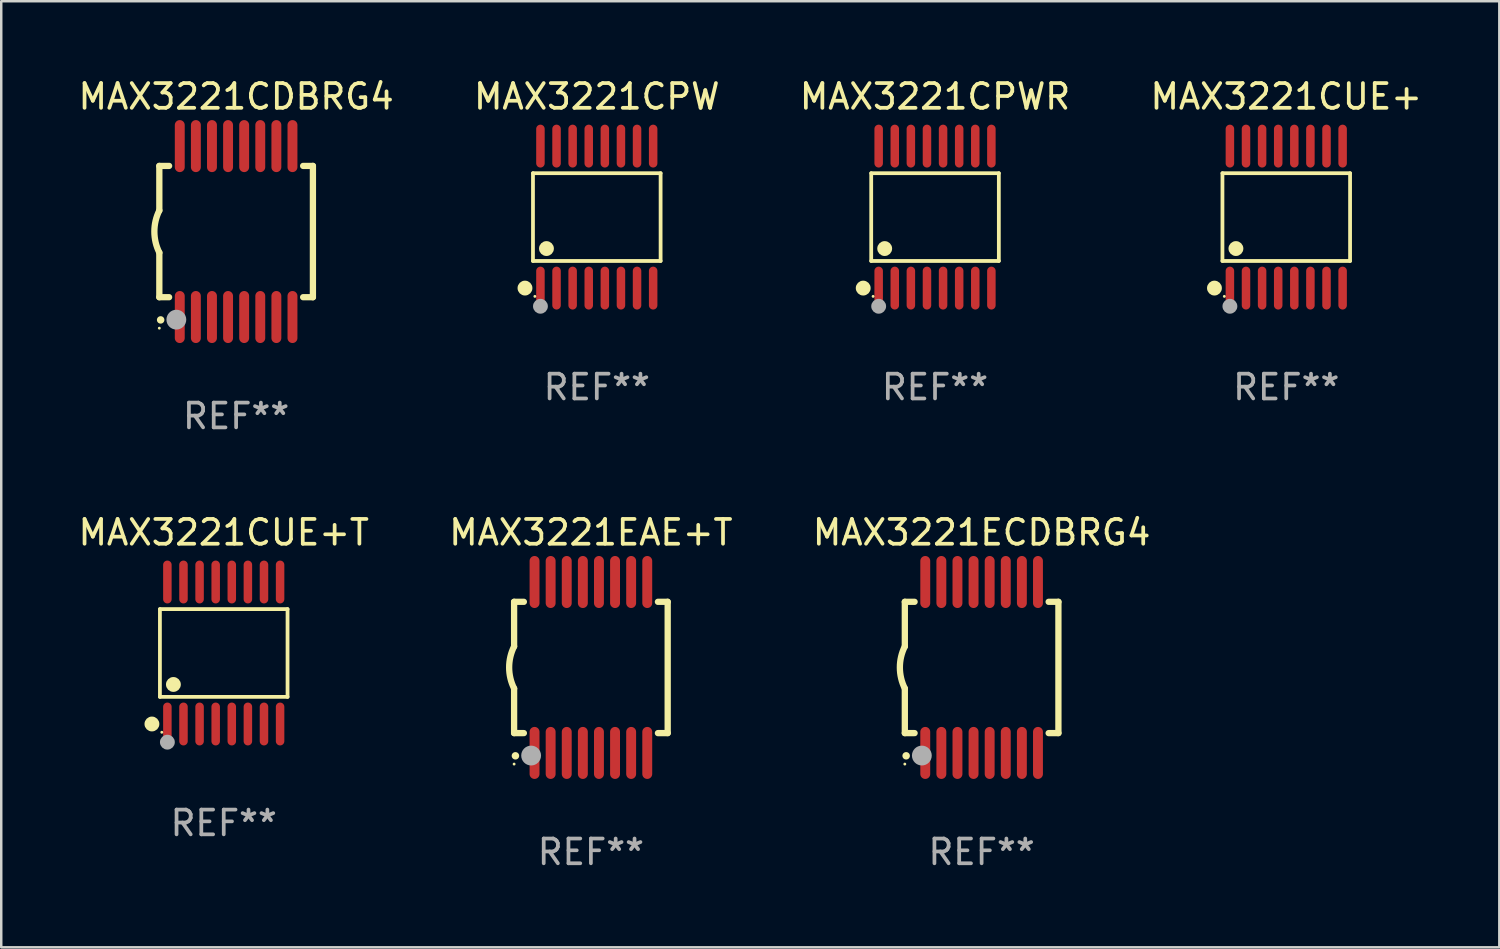
<source format=kicad_pcb>
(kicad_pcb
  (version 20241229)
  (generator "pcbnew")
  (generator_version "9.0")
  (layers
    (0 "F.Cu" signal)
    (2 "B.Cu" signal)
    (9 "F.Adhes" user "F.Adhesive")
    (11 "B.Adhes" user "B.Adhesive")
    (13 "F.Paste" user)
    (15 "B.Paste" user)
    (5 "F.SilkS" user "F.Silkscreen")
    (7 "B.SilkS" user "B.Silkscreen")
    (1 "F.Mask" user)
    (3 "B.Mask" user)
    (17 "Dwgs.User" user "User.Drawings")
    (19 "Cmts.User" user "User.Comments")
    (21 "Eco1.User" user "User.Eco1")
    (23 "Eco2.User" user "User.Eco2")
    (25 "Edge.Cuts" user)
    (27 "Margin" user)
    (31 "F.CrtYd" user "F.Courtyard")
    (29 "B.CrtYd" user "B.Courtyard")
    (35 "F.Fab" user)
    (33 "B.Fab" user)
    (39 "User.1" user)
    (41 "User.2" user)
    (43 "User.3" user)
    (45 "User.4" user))
  (footprint "MAX3221CPWR"
    (layer "F.Cu")
    (at 34.696 5.714)
    (property "Reference" "MAX3221CPWR" (at 0 -4.866 0) (layer "F.SilkS") (effects (font (size 1 1) (thickness 0.15))))
    (attr through_hole)
    (fp_line (start -2.576 -1.772) (end 2.576 -1.772) (stroke (width 0.152) (type solid)) (layer "F.SilkS"))
    (fp_line (start -2.576 1.771) (end -2.576 -1.772) (stroke (width 0.152) (type solid)) (layer "F.SilkS"))
    (fp_line (start 2.576 -1.772) (end 2.576 1.771) (stroke (width 0.152) (type solid)) (layer "F.SilkS"))
    (fp_line (start 2.576 1.771) (end -2.576 1.771) (stroke (width 0.152) (type solid)) (layer "F.SilkS"))
    (fp_circle (center -2.899 2.866) (end -2.749 2.866) (stroke (width 0.3) (type solid)) (fill no) (layer "F.SilkS"))
    (fp_circle (center -2.5 3.2) (end -2.47 3.2) (stroke (width 0.06) (type solid)) (fill no) (layer "F.SilkS"))
    (fp_circle (center -2.032 1.27) (end -1.882 1.27) (stroke (width 0.3) (type solid)) (fill no) (layer "F.SilkS"))
    (fp_circle (center -2.275 3.6) (end -2.125 3.6) (stroke (width 0.3) (type solid)) (fill no) (layer "F.Fab"))
    (fp_text user "REF**" (at 0 6.866 0) (layer "F.Fab") (effects (font (size 1 1) (thickness 0.15))))
    (pad "1" smd oval (at -2.275 2.866) (size 0.343 1.731) (layers "F.Cu" "F.Mask" "F.Paste"))
    (pad "2" smd oval (at -1.625 2.866) (size 0.343 1.731) (layers "F.Cu" "F.Mask" "F.Paste"))
    (pad "3" smd oval (at -0.975 2.866) (size 0.343 1.731) (layers "F.Cu" "F.Mask" "F.Paste"))
    (pad "4" smd oval (at -0.325 2.866) (size 0.343 1.731) (layers "F.Cu" "F.Mask" "F.Paste"))
    (pad "5" smd oval (at 0.325 2.866) (size 0.343 1.731) (layers "F.Cu" "F.Mask" "F.Paste"))
    (pad "6" smd oval (at 0.975 2.866) (size 0.343 1.731) (layers "F.Cu" "F.Mask" "F.Paste"))
    (pad "7" smd oval (at 1.625 2.866) (size 0.343 1.731) (layers "F.Cu" "F.Mask" "F.Paste"))
    (pad "8" smd oval (at 2.275 2.866) (size 0.343 1.731) (layers "F.Cu" "F.Mask" "F.Paste"))
    (pad "9" smd oval (at 2.275 -2.866) (size 0.343 1.731) (layers "F.Cu" "F.Mask" "F.Paste"))
    (pad "10" smd oval (at 1.625 -2.866) (size 0.343 1.731) (layers "F.Cu" "F.Mask" "F.Paste"))
    (pad "11" smd oval (at 0.975 -2.866) (size 0.343 1.731) (layers "F.Cu" "F.Mask" "F.Paste"))
    (pad "12" smd oval (at 0.325 -2.866) (size 0.343 1.731) (layers "F.Cu" "F.Mask" "F.Paste"))
    (pad "13" smd oval (at -0.325 -2.866) (size 0.343 1.731) (layers "F.Cu" "F.Mask" "F.Paste"))
    (pad "14" smd oval (at -0.975 -2.866) (size 0.343 1.731) (layers "F.Cu" "F.Mask" "F.Paste"))
    (pad "15" smd oval (at -1.625 -2.866) (size 0.343 1.731) (layers "F.Cu" "F.Mask" "F.Paste"))
    (pad "16" smd oval (at -2.275 -2.866) (size 0.343 1.731) (layers "F.Cu" "F.Mask" "F.Paste")))
  (footprint "MAX3221CPW"
    (layer "F.Cu")
    (at 21.042 5.714)
    (property "Reference" "MAX3221CPW" (at 0 -4.866 0) (layer "F.SilkS") (effects (font (size 1 1) (thickness 0.15))))
    (attr through_hole)
    (fp_line (start -2.576 -1.772) (end 2.576 -1.772) (stroke (width 0.152) (type solid)) (layer "F.SilkS"))
    (fp_line (start -2.576 1.771) (end -2.576 -1.772) (stroke (width 0.152) (type solid)) (layer "F.SilkS"))
    (fp_line (start 2.576 -1.772) (end 2.576 1.771) (stroke (width 0.152) (type solid)) (layer "F.SilkS"))
    (fp_line (start 2.576 1.771) (end -2.576 1.771) (stroke (width 0.152) (type solid)) (layer "F.SilkS"))
    (fp_circle (center -2.899 2.866) (end -2.749 2.866) (stroke (width 0.3) (type solid)) (fill no) (layer "F.SilkS"))
    (fp_circle (center -2.5 3.2) (end -2.47 3.2) (stroke (width 0.06) (type solid)) (fill no) (layer "F.SilkS"))
    (fp_circle (center -2.032 1.27) (end -1.882 1.27) (stroke (width 0.3) (type solid)) (fill no) (layer "F.SilkS"))
    (fp_circle (center -2.275 3.6) (end -2.125 3.6) (stroke (width 0.3) (type solid)) (fill no) (layer "F.Fab"))
    (fp_text user "REF**" (at 0 6.866 0) (layer "F.Fab") (effects (font (size 1 1) (thickness 0.15))))
    (pad "1" smd oval (at -2.275 2.866) (size 0.343 1.731) (layers "F.Cu" "F.Mask" "F.Paste"))
    (pad "2" smd oval (at -1.625 2.866) (size 0.343 1.731) (layers "F.Cu" "F.Mask" "F.Paste"))
    (pad "3" smd oval (at -0.975 2.866) (size 0.343 1.731) (layers "F.Cu" "F.Mask" "F.Paste"))
    (pad "4" smd oval (at -0.325 2.866) (size 0.343 1.731) (layers "F.Cu" "F.Mask" "F.Paste"))
    (pad "5" smd oval (at 0.325 2.866) (size 0.343 1.731) (layers "F.Cu" "F.Mask" "F.Paste"))
    (pad "6" smd oval (at 0.975 2.866) (size 0.343 1.731) (layers "F.Cu" "F.Mask" "F.Paste"))
    (pad "7" smd oval (at 1.625 2.866) (size 0.343 1.731) (layers "F.Cu" "F.Mask" "F.Paste"))
    (pad "8" smd oval (at 2.275 2.866) (size 0.343 1.731) (layers "F.Cu" "F.Mask" "F.Paste"))
    (pad "9" smd oval (at 2.275 -2.866) (size 0.343 1.731) (layers "F.Cu" "F.Mask" "F.Paste"))
    (pad "10" smd oval (at 1.625 -2.866) (size 0.343 1.731) (layers "F.Cu" "F.Mask" "F.Paste"))
    (pad "11" smd oval (at 0.975 -2.866) (size 0.343 1.731) (layers "F.Cu" "F.Mask" "F.Paste"))
    (pad "12" smd oval (at 0.325 -2.866) (size 0.343 1.731) (layers "F.Cu" "F.Mask" "F.Paste"))
    (pad "13" smd oval (at -0.325 -2.866) (size 0.343 1.731) (layers "F.Cu" "F.Mask" "F.Paste"))
    (pad "14" smd oval (at -0.975 -2.866) (size 0.343 1.731) (layers "F.Cu" "F.Mask" "F.Paste"))
    (pad "15" smd oval (at -1.625 -2.866) (size 0.343 1.731) (layers "F.Cu" "F.Mask" "F.Paste"))
    (pad "16" smd oval (at -2.275 -2.866) (size 0.343 1.731) (layers "F.Cu" "F.Mask" "F.Paste")))
  (footprint "MAX3221CDBRG4"
    (layer "F.Cu")
    (at 6.482 6.298)
    (property "Reference" "MAX3221CDBRG4" (at 0 -5.45 0) (layer "F.SilkS") (effects (font (size 1 1) (thickness 0.15))))
    (attr through_hole)
    (fp_line (start -3.1 -2.65) (end -3.1 -0.85) (stroke (width 0.254) (type solid)) (layer "F.SilkS"))
    (fp_line (start -3.1 -2.65) (end -2.706 -2.65) (stroke (width 0.254) (type solid)) (layer "F.SilkS"))
    (fp_line (start -3.1 2.65) (end -3.1 0.85) (stroke (width 0.254) (type solid)) (layer "F.SilkS"))
    (fp_line (start -3.1 2.65) (end -2.706 2.65) (stroke (width 0.254) (type solid)) (layer "F.SilkS"))
    (fp_line (start 2.706 -2.65) (end 3.1 -2.65) (stroke (width 0.254) (type solid)) (layer "F.SilkS"))
    (fp_line (start 2.706 2.65) (end 3.1 2.65) (stroke (width 0.254) (type solid)) (layer "F.SilkS"))
    (fp_line (start 3.1 -2.65) (end 3.1 2.65) (stroke (width 0.254) (type solid)) (layer "F.SilkS"))
    (fp_arc (start -3.098907 0.850902) (mid -3.300057 0.000523) (end -3.1 -0.850114) (stroke (width 0.254001) (type solid)) (layer "F.SilkS"))
    (fp_arc (start -3.048006 3.566066) (mid -3.046736 3.566061) (end -3.045466 3.566066) (stroke (width 0.3) (type solid)) (layer "F.SilkS"))
    (fp_circle (center -3.1 3.9) (end -3.07 3.9) (stroke (width 0.06) (type solid)) (fill no) (layer "F.SilkS"))
    (fp_circle (center -2.413 3.556) (end -2.213 3.556) (stroke (width 0.4) (type solid)) (fill no) (layer "F.Fab"))
    (fp_text user "REF**" (at 0 7.45 0) (layer "F.Fab") (effects (font (size 1 1) (thickness 0.15))))
    (pad "1" smd oval (at -2.275 3.45 180) (size 0.4 2.1) (layers "F.Cu" "F.Mask" "F.Paste"))
    (pad "2" smd oval (at -1.625 3.45 180) (size 0.4 2.1) (layers "F.Cu" "F.Mask" "F.Paste"))
    (pad "3" smd oval (at -0.975 3.45 180) (size 0.4 2.1) (layers "F.Cu" "F.Mask" "F.Paste"))
    (pad "4" smd oval (at -0.325 3.45 180) (size 0.4 2.1) (layers "F.Cu" "F.Mask" "F.Paste"))
    (pad "5" smd oval (at 0.325 3.45 180) (size 0.4 2.1) (layers "F.Cu" "F.Mask" "F.Paste"))
    (pad "6" smd oval (at 0.975 3.45 180) (size 0.4 2.1) (layers "F.Cu" "F.Mask" "F.Paste"))
    (pad "7" smd oval (at 1.625 3.45 180) (size 0.4 2.1) (layers "F.Cu" "F.Mask" "F.Paste"))
    (pad "8" smd oval (at 2.275 3.45 180) (size 0.4 2.1) (layers "F.Cu" "F.Mask" "F.Paste"))
    (pad "9" smd oval (at 2.275 -3.45 180) (size 0.4 2.1) (layers "F.Cu" "F.Mask" "F.Paste"))
    (pad "10" smd oval (at 1.625 -3.45 180) (size 0.4 2.1) (layers "F.Cu" "F.Mask" "F.Paste"))
    (pad "11" smd oval (at 0.975 -3.45 180) (size 0.4 2.1) (layers "F.Cu" "F.Mask" "F.Paste"))
    (pad "12" smd oval (at 0.325 -3.45 180) (size 0.4 2.1) (layers "F.Cu" "F.Mask" "F.Paste"))
    (pad "13" smd oval (at -0.325 -3.45 180) (size 0.4 2.1) (layers "F.Cu" "F.Mask" "F.Paste"))
    (pad "14" smd oval (at -0.975 -3.45 180) (size 0.4 2.1) (layers "F.Cu" "F.Mask" "F.Paste"))
    (pad "15" smd oval (at -1.625 -3.45 180) (size 0.4 2.1) (layers "F.Cu" "F.Mask" "F.Paste"))
    (pad "16" smd oval (at -2.275 -3.45 180) (size 0.4 2.1) (layers "F.Cu" "F.Mask" "F.Paste")))
  (footprint "MAX3221EAE+T"
    (layer "F.Cu")
    (at 20.804 23.895)
    (property "Reference" "MAX3221EAE+T" (at 0 -5.45 0) (layer "F.SilkS") (effects (font (size 1 1) (thickness 0.15))))
    (attr through_hole)
    (fp_line (start -3.1 -2.65) (end -3.1 -0.85) (stroke (width 0.254) (type solid)) (layer "F.SilkS"))
    (fp_line (start -3.1 -2.65) (end -2.706 -2.65) (stroke (width 0.254) (type solid)) (layer "F.SilkS"))
    (fp_line (start -3.1 2.65) (end -3.1 0.85) (stroke (width 0.254) (type solid)) (layer "F.SilkS"))
    (fp_line (start -3.1 2.65) (end -2.706 2.65) (stroke (width 0.254) (type solid)) (layer "F.SilkS"))
    (fp_line (start 2.706 -2.65) (end 3.1 -2.65) (stroke (width 0.254) (type solid)) (layer "F.SilkS"))
    (fp_line (start 2.706 2.65) (end 3.1 2.65) (stroke (width 0.254) (type solid)) (layer "F.SilkS"))
    (fp_line (start 3.1 -2.65) (end 3.1 2.65) (stroke (width 0.254) (type solid)) (layer "F.SilkS"))
    (fp_arc (start -3.098907 0.850902) (mid -3.300057 0.000523) (end -3.1 -0.850114) (stroke (width 0.254001) (type solid)) (layer "F.SilkS"))
    (fp_arc (start -3.048006 3.566066) (mid -3.046736 3.566061) (end -3.045466 3.566066) (stroke (width 0.3) (type solid)) (layer "F.SilkS"))
    (fp_circle (center -3.1 3.9) (end -3.07 3.9) (stroke (width 0.06) (type solid)) (fill no) (layer "F.SilkS"))
    (fp_circle (center -2.413 3.556) (end -2.213 3.556) (stroke (width 0.4) (type solid)) (fill no) (layer "F.Fab"))
    (fp_text user "REF**" (at 0 7.45 0) (layer "F.Fab") (effects (font (size 1 1) (thickness 0.15))))
    (pad "1" smd oval (at -2.275 3.45 180) (size 0.4 2.1) (layers "F.Cu" "F.Mask" "F.Paste"))
    (pad "2" smd oval (at -1.625 3.45 180) (size 0.4 2.1) (layers "F.Cu" "F.Mask" "F.Paste"))
    (pad "3" smd oval (at -0.975 3.45 180) (size 0.4 2.1) (layers "F.Cu" "F.Mask" "F.Paste"))
    (pad "4" smd oval (at -0.325 3.45 180) (size 0.4 2.1) (layers "F.Cu" "F.Mask" "F.Paste"))
    (pad "5" smd oval (at 0.325 3.45 180) (size 0.4 2.1) (layers "F.Cu" "F.Mask" "F.Paste"))
    (pad "6" smd oval (at 0.975 3.45 180) (size 0.4 2.1) (layers "F.Cu" "F.Mask" "F.Paste"))
    (pad "7" smd oval (at 1.625 3.45 180) (size 0.4 2.1) (layers "F.Cu" "F.Mask" "F.Paste"))
    (pad "8" smd oval (at 2.275 3.45 180) (size 0.4 2.1) (layers "F.Cu" "F.Mask" "F.Paste"))
    (pad "9" smd oval (at 2.275 -3.45 180) (size 0.4 2.1) (layers "F.Cu" "F.Mask" "F.Paste"))
    (pad "10" smd oval (at 1.625 -3.45 180) (size 0.4 2.1) (layers "F.Cu" "F.Mask" "F.Paste"))
    (pad "11" smd oval (at 0.975 -3.45 180) (size 0.4 2.1) (layers "F.Cu" "F.Mask" "F.Paste"))
    (pad "12" smd oval (at 0.325 -3.45 180) (size 0.4 2.1) (layers "F.Cu" "F.Mask" "F.Paste"))
    (pad "13" smd oval (at -0.325 -3.45 180) (size 0.4 2.1) (layers "F.Cu" "F.Mask" "F.Paste"))
    (pad "14" smd oval (at -0.975 -3.45 180) (size 0.4 2.1) (layers "F.Cu" "F.Mask" "F.Paste"))
    (pad "15" smd oval (at -1.625 -3.45 180) (size 0.4 2.1) (layers "F.Cu" "F.Mask" "F.Paste"))
    (pad "16" smd oval (at -2.275 -3.45 180) (size 0.4 2.1) (layers "F.Cu" "F.Mask" "F.Paste")))
  (footprint "MAX3221ECDBRG4"
    (layer "F.Cu")
    (at 36.577 23.895)
    (property "Reference" "MAX3221ECDBRG4" (at 0 -5.45 0) (layer "F.SilkS") (effects (font (size 1 1) (thickness 0.15))))
    (attr through_hole)
    (fp_line (start -3.1 -2.65) (end -3.1 -0.85) (stroke (width 0.254) (type solid)) (layer "F.SilkS"))
    (fp_line (start -3.1 -2.65) (end -2.706 -2.65) (stroke (width 0.254) (type solid)) (layer "F.SilkS"))
    (fp_line (start -3.1 2.65) (end -3.1 0.85) (stroke (width 0.254) (type solid)) (layer "F.SilkS"))
    (fp_line (start -3.1 2.65) (end -2.706 2.65) (stroke (width 0.254) (type solid)) (layer "F.SilkS"))
    (fp_line (start 2.706 -2.65) (end 3.1 -2.65) (stroke (width 0.254) (type solid)) (layer "F.SilkS"))
    (fp_line (start 2.706 2.65) (end 3.1 2.65) (stroke (width 0.254) (type solid)) (layer "F.SilkS"))
    (fp_line (start 3.1 -2.65) (end 3.1 2.65) (stroke (width 0.254) (type solid)) (layer "F.SilkS"))
    (fp_arc (start -3.098907 0.850775) (mid -3.300057 0.000396) (end -3.1 -0.850241) (stroke (width 0.254001) (type solid)) (layer "F.SilkS"))
    (fp_arc (start -3.048006 3.565939) (mid -3.046736 3.565934) (end -3.045466 3.565939) (stroke (width 0.3) (type solid)) (layer "F.SilkS"))
    (fp_circle (center -3.1 3.9) (end -3.07 3.9) (stroke (width 0.06) (type solid)) (fill no) (layer "F.SilkS"))
    (fp_circle (center -2.413 3.556) (end -2.213 3.556) (stroke (width 0.4) (type solid)) (fill no) (layer "F.Fab"))
    (fp_text user "REF**" (at 0 7.45 0) (layer "F.Fab") (effects (font (size 1 1) (thickness 0.15))))
    (pad "1" smd oval (at -2.275 3.45 180) (size 0.4 2.1) (layers "F.Cu" "F.Mask" "F.Paste"))
    (pad "2" smd oval (at -1.625 3.45 180) (size 0.4 2.1) (layers "F.Cu" "F.Mask" "F.Paste"))
    (pad "3" smd oval (at -0.975 3.45 180) (size 0.4 2.1) (layers "F.Cu" "F.Mask" "F.Paste"))
    (pad "4" smd oval (at -0.325 3.45 180) (size 0.4 2.1) (layers "F.Cu" "F.Mask" "F.Paste"))
    (pad "5" smd oval (at 0.325 3.45 180) (size 0.4 2.1) (layers "F.Cu" "F.Mask" "F.Paste"))
    (pad "6" smd oval (at 0.975 3.45 180) (size 0.4 2.1) (layers "F.Cu" "F.Mask" "F.Paste"))
    (pad "7" smd oval (at 1.625 3.45 180) (size 0.4 2.1) (layers "F.Cu" "F.Mask" "F.Paste"))
    (pad "8" smd oval (at 2.275 3.45 180) (size 0.4 2.1) (layers "F.Cu" "F.Mask" "F.Paste"))
    (pad "9" smd oval (at 2.275 -3.45 180) (size 0.4 2.1) (layers "F.Cu" "F.Mask" "F.Paste"))
    (pad "10" smd oval (at 1.625 -3.45 180) (size 0.4 2.1) (layers "F.Cu" "F.Mask" "F.Paste"))
    (pad "11" smd oval (at 0.975 -3.45 180) (size 0.4 2.1) (layers "F.Cu" "F.Mask" "F.Paste"))
    (pad "12" smd oval (at 0.325 -3.45 180) (size 0.4 2.1) (layers "F.Cu" "F.Mask" "F.Paste"))
    (pad "13" smd oval (at -0.325 -3.45 180) (size 0.4 2.1) (layers "F.Cu" "F.Mask" "F.Paste"))
    (pad "14" smd oval (at -0.975 -3.45 180) (size 0.4 2.1) (layers "F.Cu" "F.Mask" "F.Paste"))
    (pad "15" smd oval (at -1.625 -3.45 180) (size 0.4 2.1) (layers "F.Cu" "F.Mask" "F.Paste"))
    (pad "16" smd oval (at -2.275 -3.45 180) (size 0.4 2.1) (layers "F.Cu" "F.Mask" "F.Paste")))
  (footprint "MAX3221CUE+T"
    (layer "F.Cu")
    (at 5.982 23.311)
    (property "Reference" "MAX3221CUE+T" (at 0 -4.866 0) (layer "F.SilkS") (effects (font (size 1 1) (thickness 0.15))))
    (attr through_hole)
    (fp_line (start -2.576 -1.772) (end 2.576 -1.772) (stroke (width 0.152) (type solid)) (layer "F.SilkS"))
    (fp_line (start -2.576 1.771) (end -2.576 -1.772) (stroke (width 0.152) (type solid)) (layer "F.SilkS"))
    (fp_line (start 2.576 -1.772) (end 2.576 1.771) (stroke (width 0.152) (type solid)) (layer "F.SilkS"))
    (fp_line (start 2.576 1.771) (end -2.576 1.771) (stroke (width 0.152) (type solid)) (layer "F.SilkS"))
    (fp_circle (center -2.899 2.866) (end -2.749 2.866) (stroke (width 0.3) (type solid)) (fill no) (layer "F.SilkS"))
    (fp_circle (center -2.5 3.2) (end -2.47 3.2) (stroke (width 0.06) (type solid)) (fill no) (layer "F.SilkS"))
    (fp_circle (center -2.032 1.27) (end -1.882 1.27) (stroke (width 0.3) (type solid)) (fill no) (layer "F.SilkS"))
    (fp_circle (center -2.275 3.6) (end -2.125 3.6) (stroke (width 0.3) (type solid)) (fill no) (layer "F.Fab"))
    (fp_text user "REF**" (at 0 6.866 0) (layer "F.Fab") (effects (font (size 1 1) (thickness 0.15))))
    (pad "1" smd oval (at -2.275 2.866) (size 0.343 1.731) (layers "F.Cu" "F.Mask" "F.Paste"))
    (pad "2" smd oval (at -1.625 2.866) (size 0.343 1.731) (layers "F.Cu" "F.Mask" "F.Paste"))
    (pad "3" smd oval (at -0.975 2.866) (size 0.343 1.731) (layers "F.Cu" "F.Mask" "F.Paste"))
    (pad "4" smd oval (at -0.325 2.866) (size 0.343 1.731) (layers "F.Cu" "F.Mask" "F.Paste"))
    (pad "5" smd oval (at 0.325 2.866) (size 0.343 1.731) (layers "F.Cu" "F.Mask" "F.Paste"))
    (pad "6" smd oval (at 0.975 2.866) (size 0.343 1.731) (layers "F.Cu" "F.Mask" "F.Paste"))
    (pad "7" smd oval (at 1.625 2.866) (size 0.343 1.731) (layers "F.Cu" "F.Mask" "F.Paste"))
    (pad "8" smd oval (at 2.275 2.866) (size 0.343 1.731) (layers "F.Cu" "F.Mask" "F.Paste"))
    (pad "9" smd oval (at 2.275 -2.866) (size 0.343 1.731) (layers "F.Cu" "F.Mask" "F.Paste"))
    (pad "10" smd oval (at 1.625 -2.866) (size 0.343 1.731) (layers "F.Cu" "F.Mask" "F.Paste"))
    (pad "11" smd oval (at 0.975 -2.866) (size 0.343 1.731) (layers "F.Cu" "F.Mask" "F.Paste"))
    (pad "12" smd oval (at 0.325 -2.866) (size 0.343 1.731) (layers "F.Cu" "F.Mask" "F.Paste"))
    (pad "13" smd oval (at -0.325 -2.866) (size 0.343 1.731) (layers "F.Cu" "F.Mask" "F.Paste"))
    (pad "14" smd oval (at -0.975 -2.866) (size 0.343 1.731) (layers "F.Cu" "F.Mask" "F.Paste"))
    (pad "15" smd oval (at -1.625 -2.866) (size 0.343 1.731) (layers "F.Cu" "F.Mask" "F.Paste"))
    (pad "16" smd oval (at -2.275 -2.866) (size 0.343 1.731) (layers "F.Cu" "F.Mask" "F.Paste")))
  (footprint "MAX3221CUE+"
    (layer "F.Cu")
    (at 48.875 5.714)
    (property "Reference" "MAX3221CUE+" (at 0 -4.866 0) (layer "F.SilkS") (effects (font (size 1 1) (thickness 0.15))))
    (attr through_hole)
    (fp_line (start -2.576 -1.772) (end 2.576 -1.772) (stroke (width 0.152) (type solid)) (layer "F.SilkS"))
    (fp_line (start -2.576 1.771) (end -2.576 -1.772) (stroke (width 0.152) (type solid)) (layer "F.SilkS"))
    (fp_line (start 2.576 -1.772) (end 2.576 1.771) (stroke (width 0.152) (type solid)) (layer "F.SilkS"))
    (fp_line (start 2.576 1.771) (end -2.576 1.771) (stroke (width 0.152) (type solid)) (layer "F.SilkS"))
    (fp_circle (center -2.899 2.866) (end -2.749 2.866) (stroke (width 0.3) (type solid)) (fill no) (layer "F.SilkS"))
    (fp_circle (center -2.5 3.2) (end -2.47 3.2) (stroke (width 0.06) (type solid)) (fill no) (layer "F.SilkS"))
    (fp_circle (center -2.032 1.27) (end -1.882 1.27) (stroke (width 0.3) (type solid)) (fill no) (layer "F.SilkS"))
    (fp_circle (center -2.275 3.6) (end -2.125 3.6) (stroke (width 0.3) (type solid)) (fill no) (layer "F.Fab"))
    (fp_text user "REF**" (at 0 6.866 0) (layer "F.Fab") (effects (font (size 1 1) (thickness 0.15))))
    (pad "1" smd oval (at -2.275 2.866) (size 0.343 1.731) (layers "F.Cu" "F.Mask" "F.Paste"))
    (pad "2" smd oval (at -1.625 2.866) (size 0.343 1.731) (layers "F.Cu" "F.Mask" "F.Paste"))
    (pad "3" smd oval (at -0.975 2.866) (size 0.343 1.731) (layers "F.Cu" "F.Mask" "F.Paste"))
    (pad "4" smd oval (at -0.325 2.866) (size 0.343 1.731) (layers "F.Cu" "F.Mask" "F.Paste"))
    (pad "5" smd oval (at 0.325 2.866) (size 0.343 1.731) (layers "F.Cu" "F.Mask" "F.Paste"))
    (pad "6" smd oval (at 0.975 2.866) (size 0.343 1.731) (layers "F.Cu" "F.Mask" "F.Paste"))
    (pad "7" smd oval (at 1.625 2.866) (size 0.343 1.731) (layers "F.Cu" "F.Mask" "F.Paste"))
    (pad "8" smd oval (at 2.275 2.866) (size 0.343 1.731) (layers "F.Cu" "F.Mask" "F.Paste"))
    (pad "9" smd oval (at 2.275 -2.866) (size 0.343 1.731) (layers "F.Cu" "F.Mask" "F.Paste"))
    (pad "10" smd oval (at 1.625 -2.866) (size 0.343 1.731) (layers "F.Cu" "F.Mask" "F.Paste"))
    (pad "11" smd oval (at 0.975 -2.866) (size 0.343 1.731) (layers "F.Cu" "F.Mask" "F.Paste"))
    (pad "12" smd oval (at 0.325 -2.866) (size 0.343 1.731) (layers "F.Cu" "F.Mask" "F.Paste"))
    (pad "13" smd oval (at -0.325 -2.866) (size 0.343 1.731) (layers "F.Cu" "F.Mask" "F.Paste"))
    (pad "14" smd oval (at -0.975 -2.866) (size 0.343 1.731) (layers "F.Cu" "F.Mask" "F.Paste"))
    (pad "15" smd oval (at -1.625 -2.866) (size 0.343 1.731) (layers "F.Cu" "F.Mask" "F.Paste"))
    (pad "16" smd oval (at -2.275 -2.866) (size 0.343 1.731) (layers "F.Cu" "F.Mask" "F.Paste")))
  (gr_rect
    (start -3 -3)
    (end 57.476 35.193)
    (stroke (width 0.1) (type default))
    (fill no)
    (layer "Edge.Cuts")))
</source>
